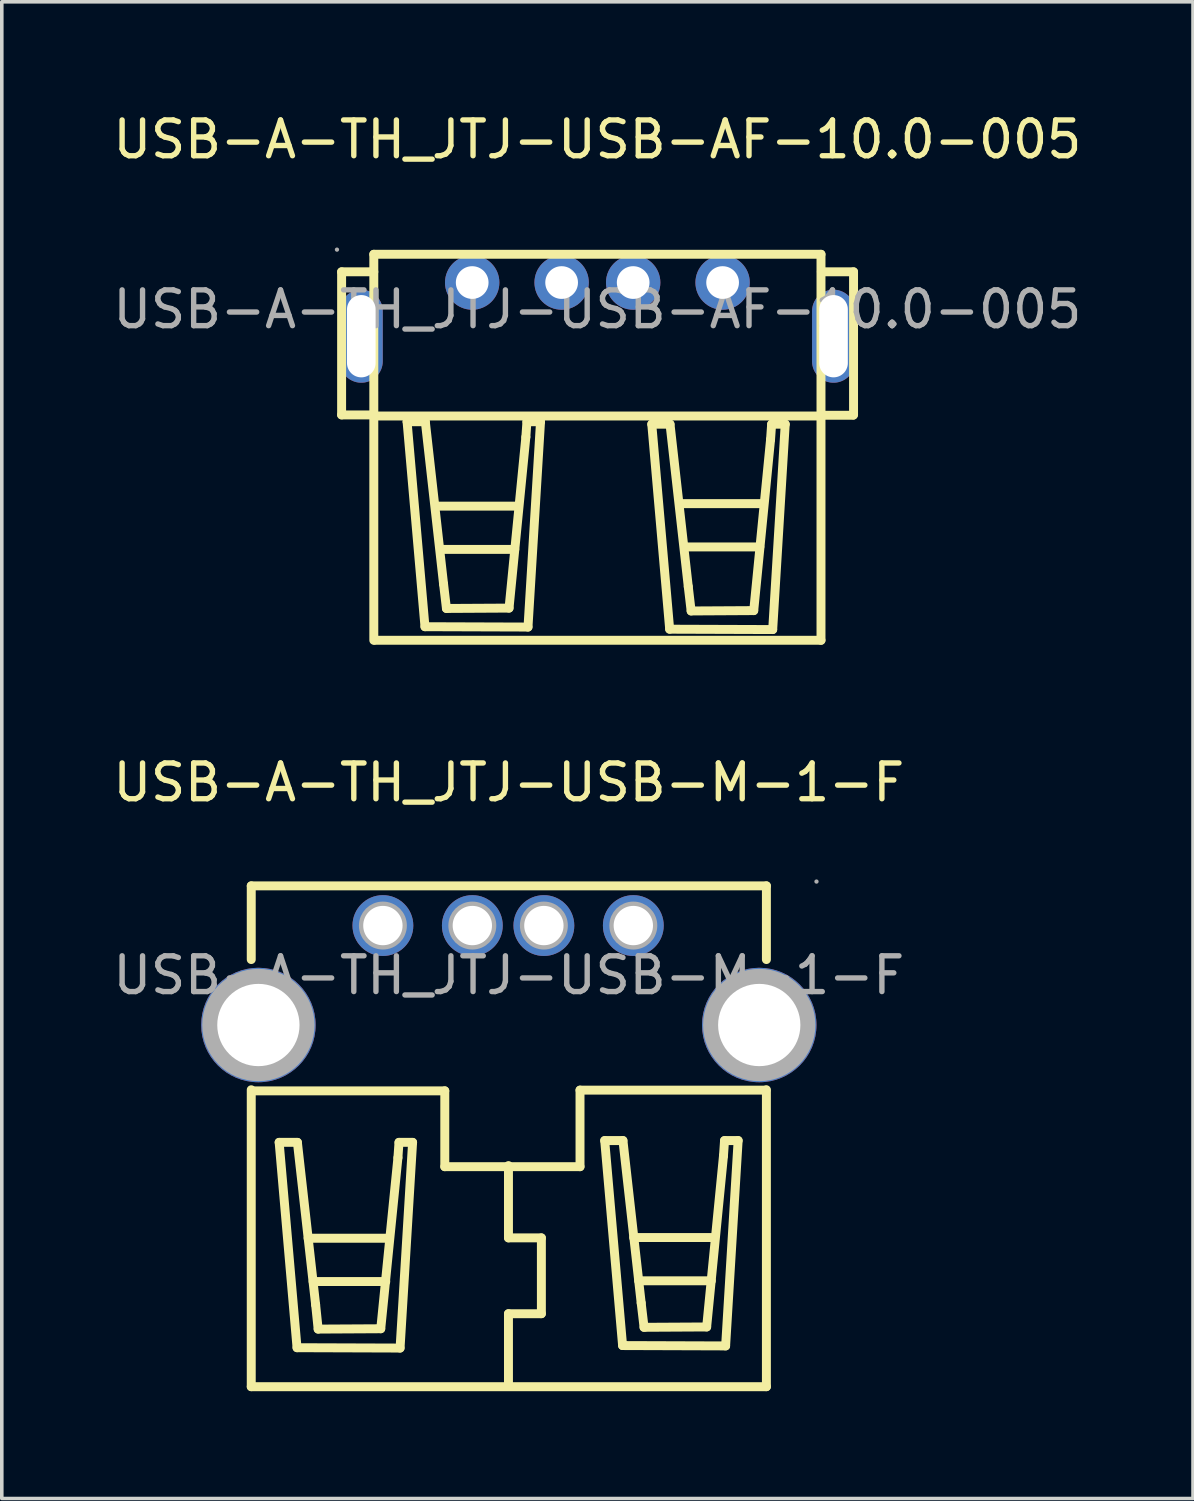
<source format=kicad_pcb>
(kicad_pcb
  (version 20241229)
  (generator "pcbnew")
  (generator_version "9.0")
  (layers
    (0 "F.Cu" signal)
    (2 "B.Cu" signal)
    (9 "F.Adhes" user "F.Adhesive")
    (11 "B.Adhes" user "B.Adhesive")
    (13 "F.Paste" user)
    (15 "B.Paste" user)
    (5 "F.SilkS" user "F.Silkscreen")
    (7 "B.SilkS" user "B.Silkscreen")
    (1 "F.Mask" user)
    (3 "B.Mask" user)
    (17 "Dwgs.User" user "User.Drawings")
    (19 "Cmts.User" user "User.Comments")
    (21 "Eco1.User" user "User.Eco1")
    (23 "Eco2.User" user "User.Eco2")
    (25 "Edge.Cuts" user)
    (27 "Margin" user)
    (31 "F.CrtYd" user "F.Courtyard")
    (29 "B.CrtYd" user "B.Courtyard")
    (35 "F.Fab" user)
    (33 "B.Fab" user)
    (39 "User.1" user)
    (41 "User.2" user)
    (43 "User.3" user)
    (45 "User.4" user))
  (footprint "USB-A-TH_JTJ-USB-M-1-F"
    (layer "F.Cu")
    (at 11.173 24.212)
    (property "Reference" "USB-A-TH_JTJ-USB-M-1-F" (at 0 -5.39 0) (layer "F.SilkS") (effects (font (size 1 1) (thickness 0.15))))
    (attr through_hole)
    (fp_line (start -7.2 -2.5) (end -7.2 -0.44) (stroke (width 0.25) (type solid)) (layer "F.SilkS"))
    (fp_line (start -7.2 -2.5) (end 7.2 -2.5) (stroke (width 0.25) (type solid)) (layer "F.SilkS"))
    (fp_line (start -7.2 3.2) (end -7.2 11.5) (stroke (width 0.25) (type solid)) (layer "F.SilkS"))
    (fp_line (start -7.2 11.5) (end 7.2 11.5) (stroke (width 0.25) (type solid)) (layer "F.SilkS"))
    (fp_line (start -6.42 4.67) (end -5.91 4.67) (stroke (width 0.25) (type solid)) (layer "F.SilkS"))
    (fp_line (start -5.92 10.41) (end -6.42 4.67) (stroke (width 0.25) (type solid)) (layer "F.SilkS"))
    (fp_line (start -5.91 4.67) (end -5.4 9.21) (stroke (width 0.25) (type solid)) (layer "F.SilkS"))
    (fp_line (start -5.61 7.35) (end -3.35 7.35) (stroke (width 0.25) (type solid)) (layer "F.SilkS"))
    (fp_line (start -5.47 8.56) (end -3.44 8.56) (stroke (width 0.25) (type solid)) (layer "F.SilkS"))
    (fp_line (start -5.4 9.21) (end -5.33 9.89) (stroke (width 0.25) (type solid)) (layer "F.SilkS"))
    (fp_line (start -5.33 9.89) (end -3.58 9.88) (stroke (width 0.25) (type solid)) (layer "F.SilkS"))
    (fp_line (start -3.58 9.88) (end -3.1 5.1) (stroke (width 0.25) (type solid)) (layer "F.SilkS"))
    (fp_line (start -3.1 5.1) (end -3.07 4.67) (stroke (width 0.25) (type solid)) (layer "F.SilkS"))
    (fp_line (start -3.07 4.67) (end -2.69 4.67) (stroke (width 0.25) (type solid)) (layer "F.SilkS"))
    (fp_line (start -3.04 10.42) (end -5.92 10.41) (stroke (width 0.25) (type solid)) (layer "F.SilkS"))
    (fp_line (start -2.69 4.67) (end -3.04 10.42) (stroke (width 0.25) (type solid)) (layer "F.SilkS"))
    (fp_line (start -1.79 3.23) (end -7.19 3.23) (stroke (width 0.25) (type solid)) (layer "F.SilkS"))
    (fp_line (start -1.79 5.35) (end -1.79 3.23) (stroke (width 0.25) (type solid)) (layer "F.SilkS"))
    (fp_line (start -0.01 5.32) (end -0.01 7.34) (stroke (width 0.25) (type solid)) (layer "F.SilkS"))
    (fp_line (start -0.01 7.34) (end 0.91 7.34) (stroke (width 0.25) (type solid)) (layer "F.SilkS"))
    (fp_line (start -0.01 9.46) (end -0.01 11.49) (stroke (width 0.25) (type solid)) (layer "F.SilkS"))
    (fp_line (start 0.91 7.34) (end 0.91 9.46) (stroke (width 0.25) (type solid)) (layer "F.SilkS"))
    (fp_line (start 0.91 9.46) (end -0.01 9.46) (stroke (width 0.25) (type solid)) (layer "F.SilkS"))
    (fp_line (start 1.99 3.21) (end 1.99 5.35) (stroke (width 0.25) (type solid)) (layer "F.SilkS"))
    (fp_line (start 1.99 5.35) (end -1.79 5.35) (stroke (width 0.25) (type solid)) (layer "F.SilkS"))
    (fp_line (start 2.68 4.62) (end 3.19 4.62) (stroke (width 0.25) (type solid)) (layer "F.SilkS"))
    (fp_line (start 3.18 10.35) (end 2.68 4.62) (stroke (width 0.25) (type solid)) (layer "F.SilkS"))
    (fp_line (start 3.19 4.62) (end 3.7 9.16) (stroke (width 0.25) (type solid)) (layer "F.SilkS"))
    (fp_line (start 3.49 7.33) (end 5.75 7.33) (stroke (width 0.25) (type solid)) (layer "F.SilkS"))
    (fp_line (start 3.63 8.54) (end 5.66 8.54) (stroke (width 0.25) (type solid)) (layer "F.SilkS"))
    (fp_line (start 3.7 9.16) (end 3.78 9.84) (stroke (width 0.25) (type solid)) (layer "F.SilkS"))
    (fp_line (start 3.78 9.84) (end 5.53 9.83) (stroke (width 0.25) (type solid)) (layer "F.SilkS"))
    (fp_line (start 5.53 9.83) (end 6 5.05) (stroke (width 0.25) (type solid)) (layer "F.SilkS"))
    (fp_line (start 6 5.05) (end 6.03 4.62) (stroke (width 0.25) (type solid)) (layer "F.SilkS"))
    (fp_line (start 6.03 4.62) (end 6.41 4.62) (stroke (width 0.25) (type solid)) (layer "F.SilkS"))
    (fp_line (start 6.06 10.36) (end 3.18 10.35) (stroke (width 0.25) (type solid)) (layer "F.SilkS"))
    (fp_line (start 6.41 4.62) (end 6.06 10.36) (stroke (width 0.25) (type solid)) (layer "F.SilkS"))
    (fp_line (start 7.19 3.21) (end 1.99 3.21) (stroke (width 0.25) (type solid)) (layer "F.SilkS"))
    (fp_line (start 7.2 -2.5) (end 7.2 -0.44) (stroke (width 0.25) (type solid)) (layer "F.SilkS"))
    (fp_line (start 7.2 3.2) (end 7.2 11.5) (stroke (width 0.25) (type solid)) (layer "F.SilkS"))
    (fp_circle (center -7 1.39) (end -6.48 1.39) (stroke (width 1.05) (type solid)) (fill no) (layer "F.Fab"))
    (fp_circle (center -3.52 -1.39) (end -3.3 -1.39) (stroke (width 0.45) (type solid)) (fill no) (layer "F.Fab"))
    (fp_circle (center -1.02 -1.39) (end -0.8 -1.39) (stroke (width 0.45) (type solid)) (fill no) (layer "F.Fab"))
    (fp_circle (center 0.98 -1.39) (end 1.2 -1.39) (stroke (width 0.45) (type solid)) (fill no) (layer "F.Fab"))
    (fp_circle (center 3.48 -1.39) (end 3.7 -1.39) (stroke (width 0.45) (type solid)) (fill no) (layer "F.Fab"))
    (fp_circle (center 7 1.39) (end 7.52 1.39) (stroke (width 1.05) (type solid)) (fill no) (layer "F.Fab"))
    (fp_circle (center 8.6 -2.62) (end 8.63 -2.62) (stroke (width 0.06) (type solid)) (fill no) (layer "F.Fab"))
    (fp_text user "${REFERENCE}" (at 0 0 0) (layer "F.Fab") (effects (font (size 1 1) (thickness 0.15))))
    (pad "1" thru_hole circle (at 3.48 -1.39 270) (size 1.7 1.7) (drill 1.1) (layers "*.Cu" "*.Paste" "*.Mask"))
    (pad "2" thru_hole circle (at 0.98 -1.39 270) (size 1.7 1.7) (drill 1.1) (layers "*.Cu" "*.Paste" "*.Mask"))
    (pad "3" thru_hole circle (at -1.02 -1.39 270) (size 1.7 1.7) (drill 1.1) (layers "*.Cu" "*.Paste" "*.Mask"))
    (pad "4" thru_hole circle (at -3.52 -1.39 270) (size 1.7 1.7) (drill 1.1) (layers "*.Cu" "*.Paste" "*.Mask"))
    (pad "5" thru_hole circle (at -7 1.39 90) (size 3.2 3.2) (drill 2.3) (layers "*.Cu" "*.Paste" "*.Mask"))
    (pad "6" thru_hole circle (at 7 1.39 90) (size 3.2 3.2) (drill 2.3) (layers "*.Cu" "*.Paste" "*.Mask")))
  (footprint "USB-A-TH_JTJ-USB-AF-10.0-005"
    (layer "F.Cu")
    (at 13.649 5.598)
    (property "Reference" "USB-A-TH_JTJ-USB-AF-10.0-005" (at 0 -4.75 0) (layer "F.SilkS") (effects (font (size 1 1) (thickness 0.15))))
    (attr through_hole)
    (fp_line (start -7.15 -1.05) (end -7.15 2.95) (stroke (width 0.25) (type solid)) (layer "F.SilkS"))
    (fp_line (start -7.15 -1.05) (end -6.25 -1.05) (stroke (width 0.25) (type solid)) (layer "F.SilkS"))
    (fp_line (start -6.25 -1.54) (end -6.25 9.25) (stroke (width 0.25) (type solid)) (layer "F.SilkS"))
    (fp_line (start -6.25 -1.54) (end 6.25 -1.54) (stroke (width 0.25) (type solid)) (layer "F.SilkS"))
    (fp_line (start -6.25 2.95) (end -7.15 2.95) (stroke (width 0.25) (type solid)) (layer "F.SilkS"))
    (fp_line (start -6.22 2.98) (end 6.28 2.98) (stroke (width 0.25) (type solid)) (layer "F.SilkS"))
    (fp_line (start -6.22 9.25) (end 6.25 9.25) (stroke (width 0.25) (type solid)) (layer "F.SilkS"))
    (fp_line (start -5.32 3.14) (end -4.81 3.14) (stroke (width 0.25) (type solid)) (layer "F.SilkS"))
    (fp_line (start -4.82 8.87) (end -5.32 3.14) (stroke (width 0.25) (type solid)) (layer "F.SilkS"))
    (fp_line (start -4.81 3.14) (end -4.3 7.68) (stroke (width 0.25) (type solid)) (layer "F.SilkS"))
    (fp_line (start -4.48 5.5) (end -2.22 5.5) (stroke (width 0.25) (type solid)) (layer "F.SilkS"))
    (fp_line (start -4.34 6.71) (end -2.31 6.71) (stroke (width 0.25) (type solid)) (layer "F.SilkS"))
    (fp_line (start -4.3 7.68) (end -4.22 8.36) (stroke (width 0.25) (type solid)) (layer "F.SilkS"))
    (fp_line (start -4.22 8.36) (end -2.47 8.35) (stroke (width 0.25) (type solid)) (layer "F.SilkS"))
    (fp_line (start -2.47 8.35) (end -2 3.57) (stroke (width 0.25) (type solid)) (layer "F.SilkS"))
    (fp_line (start -2 3.57) (end -1.97 3.14) (stroke (width 0.25) (type solid)) (layer "F.SilkS"))
    (fp_line (start -1.97 3.14) (end -1.59 3.14) (stroke (width 0.25) (type solid)) (layer "F.SilkS"))
    (fp_line (start -1.94 8.88) (end -4.82 8.87) (stroke (width 0.25) (type solid)) (layer "F.SilkS"))
    (fp_line (start -1.59 3.14) (end -1.94 8.88) (stroke (width 0.25) (type solid)) (layer "F.SilkS"))
    (fp_line (start 1.52 3.21) (end 2.03 3.21) (stroke (width 0.25) (type solid)) (layer "F.SilkS"))
    (fp_line (start 2.02 8.94) (end 1.52 3.21) (stroke (width 0.25) (type solid)) (layer "F.SilkS"))
    (fp_line (start 2.03 3.21) (end 2.54 7.75) (stroke (width 0.25) (type solid)) (layer "F.SilkS"))
    (fp_line (start 2.37 5.43) (end 4.63 5.43) (stroke (width 0.25) (type solid)) (layer "F.SilkS"))
    (fp_line (start 2.51 6.64) (end 4.54 6.64) (stroke (width 0.25) (type solid)) (layer "F.SilkS"))
    (fp_line (start 2.54 7.75) (end 2.62 8.43) (stroke (width 0.25) (type solid)) (layer "F.SilkS"))
    (fp_line (start 2.62 8.43) (end 4.37 8.42) (stroke (width 0.25) (type solid)) (layer "F.SilkS"))
    (fp_line (start 4.37 8.42) (end 4.84 3.64) (stroke (width 0.25) (type solid)) (layer "F.SilkS"))
    (fp_line (start 4.84 3.64) (end 4.87 3.21) (stroke (width 0.25) (type solid)) (layer "F.SilkS"))
    (fp_line (start 4.87 3.21) (end 5.25 3.21) (stroke (width 0.25) (type solid)) (layer "F.SilkS"))
    (fp_line (start 4.9 8.95) (end 2.02 8.94) (stroke (width 0.25) (type solid)) (layer "F.SilkS"))
    (fp_line (start 5.25 3.21) (end 4.9 8.95) (stroke (width 0.25) (type solid)) (layer "F.SilkS"))
    (fp_line (start 6.25 -1.54) (end 6.25 9.25) (stroke (width 0.25) (type solid)) (layer "F.SilkS"))
    (fp_line (start 6.25 2.96) (end 7.15 2.96) (stroke (width 0.25) (type solid)) (layer "F.SilkS"))
    (fp_line (start 6.26 -1.05) (end 7.16 -1.05) (stroke (width 0.25) (type solid)) (layer "F.SilkS"))
    (fp_line (start 7.16 -1.05) (end 7.16 2.95) (stroke (width 0.25) (type solid)) (layer "F.SilkS"))
    (fp_circle (center -7.28 -1.67) (end -7.25 -1.67) (stroke (width 0.06) (type solid)) (fill no) (layer "F.Fab"))
    (fp_circle (center -3.5 -0.75) (end -3.32 -0.75) (stroke (width 0.36) (type solid)) (fill no) (layer "F.Fab"))
    (fp_circle (center -1 -0.75) (end -0.82 -0.75) (stroke (width 0.36) (type solid)) (fill no) (layer "F.Fab"))
    (fp_circle (center 1 -0.75) (end 1.18 -0.75) (stroke (width 0.36) (type solid)) (fill no) (layer "F.Fab"))
    (fp_circle (center 3.5 -0.75) (end 3.68 -0.75) (stroke (width 0.36) (type solid)) (fill no) (layer "F.Fab"))
    (fp_text user "${REFERENCE}" (at 0 0 0) (layer "F.Fab") (effects (font (size 1 1) (thickness 0.15))))
    (pad "1" thru_hole circle (at -3.5 -0.75) (size 1.52 1.52) (drill 0.914) (layers "*.Cu" "*.Paste" "*.Mask"))
    (pad "2" thru_hole circle (at -1 -0.75) (size 1.52 1.52) (drill 0.914) (layers "*.Cu" "*.Paste" "*.Mask"))
    (pad "3" thru_hole circle (at 1 -0.75) (size 1.52 1.52) (drill 0.914) (layers "*.Cu" "*.Paste" "*.Mask"))
    (pad "4" thru_hole circle (at 3.5 -0.75) (size 1.52 1.52) (drill 0.914) (layers "*.Cu" "*.Paste" "*.Mask"))
    (pad "5" thru_hole oval (at 6.6 0.75 90) (size 2.6 1.2) (drill oval 2.3 0.8) (layers "*.Cu" "*.Paste" "*.Mask"))
    (pad "6" thru_hole oval (at -6.6 0.75 270) (size 2.6 1.2) (drill oval 2.3 0.8) (layers "*.Cu" "*.Paste" "*.Mask")))
  (gr_rect
    (start -3 -3)
    (end 30.298 38.837)
    (stroke (width 0.1) (type default))
    (fill no)
    (layer "Edge.Cuts")))
</source>
